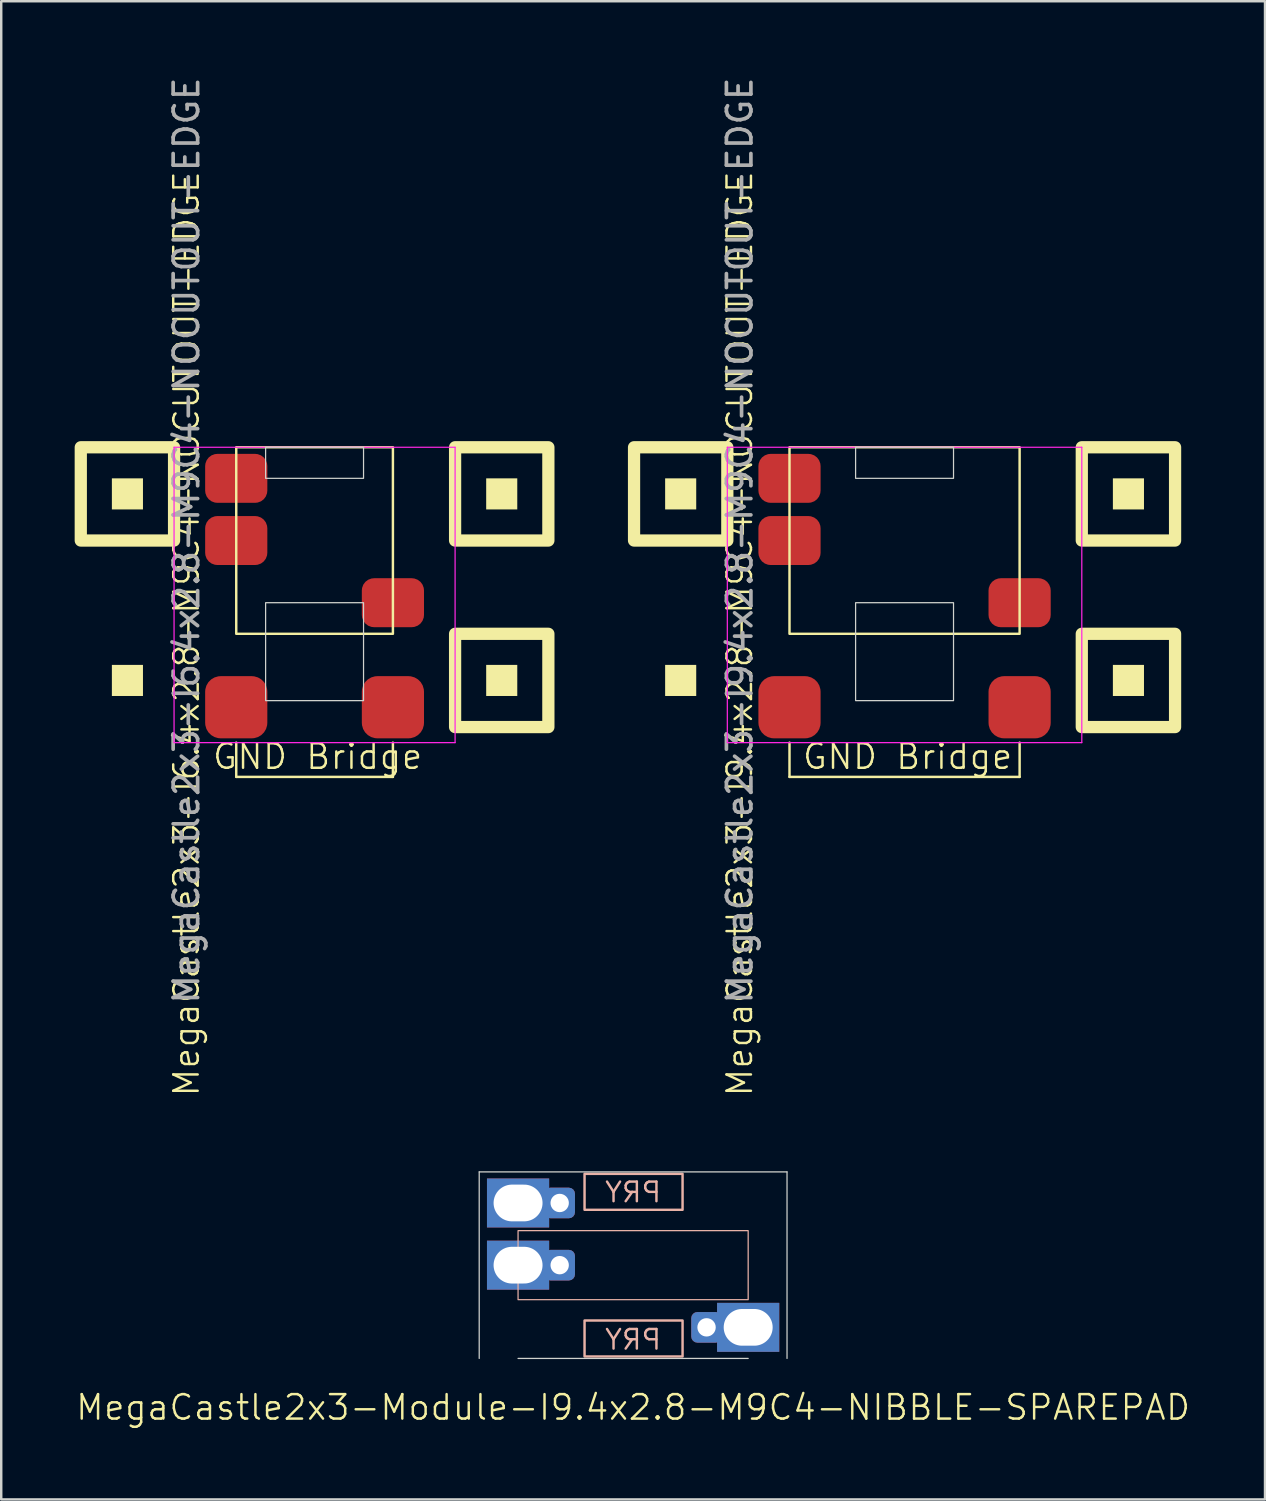
<source format=kicad_pcb>
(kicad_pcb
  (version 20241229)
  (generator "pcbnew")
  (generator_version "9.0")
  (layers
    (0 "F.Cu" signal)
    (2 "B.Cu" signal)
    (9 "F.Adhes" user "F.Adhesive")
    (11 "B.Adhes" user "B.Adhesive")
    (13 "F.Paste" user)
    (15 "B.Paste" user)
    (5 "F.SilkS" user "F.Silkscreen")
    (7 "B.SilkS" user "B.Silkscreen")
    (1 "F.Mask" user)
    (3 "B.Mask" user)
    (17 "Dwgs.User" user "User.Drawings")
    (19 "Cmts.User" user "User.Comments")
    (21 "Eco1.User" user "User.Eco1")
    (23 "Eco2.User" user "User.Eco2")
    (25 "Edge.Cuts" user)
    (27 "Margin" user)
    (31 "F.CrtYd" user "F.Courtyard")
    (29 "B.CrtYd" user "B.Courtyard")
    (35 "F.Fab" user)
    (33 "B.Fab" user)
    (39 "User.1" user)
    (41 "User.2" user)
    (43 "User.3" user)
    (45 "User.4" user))
  (footprint "MegaCastle2x3-Module-I9.4x2.8-M9C4-NIBBLE-SPAREPAD"
    (layer "F.Cu")
    (at 22.812 48.63)
    (property "Reference" "MegaCastle2x3-Module-I9.4x2.8-M9C4-NIBBLE-SPAREPAD" (at 0 5.81 0) (unlocked yes) (layer "F.SilkS") (effects (font (size 1 1) (thickness 0.1))))
    (attr smd)
    (fp_rect (start -4.7 1.41) (end 4.7 -1.41) (stroke (width 0.05) (type default)) (fill no) (layer "B.SilkS"))
    (fp_rect (start -1.984 -2.261) (end 2.02 -3.73) (stroke (width 0.1) (type default)) (fill no) (layer "B.SilkS"))
    (fp_rect (start -1.984 2.261) (end 2.02 3.73) (stroke (width 0.1) (type default)) (fill no) (layer "B.SilkS"))
    (fp_line (start -6.287 -3.81) (end -6.287 3.81) (stroke (width 0.05) (type default)) (layer "Edge.Cuts"))
    (fp_line (start -6.287 -3.81) (end 6.287 -3.81) (stroke (width 0.05) (type default)) (layer "Edge.Cuts"))
    (fp_line (start -4.7 3.81) (end 4.7 3.81) (stroke (width 0.05) (type default)) (layer "Edge.Cuts"))
    (fp_line (start 6.287 -3.81) (end 6.287 3.81) (stroke (width 0.05) (type default)) (layer "Edge.Cuts"))
    (fp_text user "PRY" (at 0 -2.51 0) (unlocked yes) (layer "B.SilkS") (effects (font (size 0.8 0.8) (thickness 0.1)) (justify bottom mirror)))
    (fp_text user "PRY" (at 0 3.51 0) (unlocked yes) (layer "B.SilkS") (effects (font (size 0.8 0.8) (thickness 0.1)) (justify bottom mirror)))
    (pad "1" thru_hole rect (at -4.7 -2.54) (size 2.54 2) (drill oval 2 1.5) (property pad_prop_castellated) (layers "*.Cu" "*.Mask"))
    (pad "1" thru_hole roundrect (at -3 -2.54 180) (size 1.25 1.25) (drill 0.75) (layers "*.Cu" "*.Mask") (roundrect_rratio 0.2))
    (pad "2" thru_hole rect (at -4.7 0) (size 2.54 2) (drill oval 2 1.5) (property pad_prop_castellated) (layers "*.Cu" "*.Mask"))
    (pad "2" thru_hole roundrect (at -3 0 180) (size 1.25 1.25) (drill 0.75) (layers "*.Cu" "*.Mask") (roundrect_rratio 0.2))
    (pad "6" thru_hole roundrect (at 3 2.54 180) (size 1.25 1.25) (drill 0.75) (layers "*.Cu" "*.Mask") (roundrect_rratio 0.2))
    (pad "6" thru_hole rect (at 4.7 2.54) (size 2.54 2) (drill oval 2 1.5) (property pad_prop_castellated) (layers "*.Cu" "*.Mask"))
    (zone (net_name "") (layer "B.Cu") (hatch edge 0.5) (connect_pads) (min_thickness 0.25) (filled_areas_thickness no) (keepout (tracks allowed) (vias allowed) (pads allowed) (copperpour allowed) (footprints not_allowed)) (placement (enabled no)) (fill) (polygon (pts (xy 18.112 52.44) (xy 18.112 44.82))))
    (zone (net_name "") (layer "B.Cu") (hatch edge 0.5) (connect_pads) (min_thickness 0.25) (filled_areas_thickness no) (keepout (tracks allowed) (vias allowed) (pads allowed) (copperpour allowed) (footprints not_allowed)) (placement (enabled no)) (fill) (polygon (pts (xy 27.512 52.44) (xy 27.512 44.82))))
    (zone (net_name "") (layer "B.Cu") (hatch edge 0.5) (connect_pads) (min_thickness 0.25) (filled_areas_thickness no) (keepout (tracks allowed) (vias allowed) (pads allowed) (copperpour allowed) (footprints not_allowed)) (placement (enabled no)) (fill) (polygon (pts (xy 18.112 44.82) (xy 18.112 47.22) (xy 27.512 47.22) (xy 27.512 44.82))))
    (zone (net_name "") (layer "B.Cu") (hatch edge 0.5) (connect_pads) (min_thickness 0.25) (filled_areas_thickness no) (keepout (tracks allowed) (vias allowed) (pads allowed) (copperpour allowed) (footprints not_allowed)) (placement (enabled no)) (fill) (polygon (pts (xy 18.112 52.44) (xy 18.112 50.04) (xy 27.512 50.04) (xy 27.512 52.44))))
    (zone (net_name "") (layer "B.Cu") (name "Upper Pry Zone") (hatch edge 0.5) (connect_pads) (min_thickness 0.25) (filled_areas_thickness no) (keepout (tracks not_allowed) (vias not_allowed) (pads not_allowed) (copperpour allowed) (footprints not_allowed)) (placement (enabled no)) (fill) (polygon (pts (xy 20.828 46.368) (xy 20.828 44.9) (xy 24.831 44.9) (xy 24.831 46.368))))
    (zone (net_name "") (layer "B.Cu") (name "Upper Pry Zone") (hatch edge 0.5) (connect_pads) (min_thickness 0.25) (filled_areas_thickness no) (keepout (tracks not_allowed) (vias not_allowed) (pads not_allowed) (copperpour allowed) (footprints not_allowed)) (placement (enabled no)) (fill) (polygon (pts (xy 20.828 50.891) (xy 20.828 52.36) (xy 24.831 52.36) (xy 24.831 50.891)))))
  (footprint "MegaCastle2x3-I6.4x2.8-M9C4-NOCUTOUT-EDGE"
    (layer "F.Cu")
    (at 9.8 19.03)
    (property "Reference" "MegaCastle2x3-I6.4x2.8-M9C4-NOCUTOUT-EDGE" (at -5.232 3.81 90) (unlocked yes) (layer "F.SilkS") (effects (font (size 1 1) (thickness 0.1))))
    (attr smd)
    (fp_line (start -3.2 8.255) (end -3.2 9.655) (stroke (width 0.1) (type default)) (layer "F.SilkS"))
    (fp_line (start -3.2 9.655) (end 3.2 9.655) (stroke (width 0.1) (type default)) (layer "F.SilkS"))
    (fp_line (start 3.2 8.255) (end 3.2 9.655) (stroke (width 0.1) (type default)) (layer "F.SilkS"))
    (fp_rect (start -7.01 -1.27) (end -8.28 -2.54) (stroke (width 0) (type solid)) (fill yes) (layer "F.SilkS"))
    (fp_rect (start -7.01 6.35) (end -8.28 5.08) (stroke (width 0) (type solid)) (fill yes) (layer "F.SilkS"))
    (fp_rect (start -5.74 0) (end -9.55 -3.81) (stroke (width 0.5) (type default)) (fill no) (layer "F.SilkS"))
    (fp_rect (start -3.2 -3.81) (end 3.2 3.81) (stroke (width 0.1) (type default)) (fill no) (layer "F.SilkS"))
    (fp_rect (start 8.28 -1.27) (end 7.01 -2.54) (stroke (width 0) (type solid)) (fill yes) (layer "F.SilkS"))
    (fp_rect (start 8.28 6.35) (end 7.01 5.08) (stroke (width 0) (type solid)) (fill yes) (layer "F.SilkS"))
    (fp_rect (start 9.55 0) (end 5.74 -3.81) (stroke (width 0.5) (type default)) (fill no) (layer "F.SilkS"))
    (fp_rect (start 9.55 7.62) (end 5.74 3.81) (stroke (width 0.5) (type default)) (fill no) (layer "F.SilkS"))
    (fp_rect (start -2 -2.54) (end 2 -3.81) (stroke (width 0.05) (type default)) (fill no) (layer "Edge.Cuts"))
    (fp_rect (start -2 2.54) (end 2 6.54) (stroke (width 0.05) (type default)) (fill no) (layer "Edge.Cuts"))
    (fp_line (start -5.74 -3.81) (end -5.74 8.255) (stroke (width 0.05) (type default)) (layer "F.CrtYd"))
    (fp_line (start -5.74 8.255) (end 5.74 8.255) (stroke (width 0.05) (type default)) (layer "F.CrtYd"))
    (fp_line (start 5.74 -3.81) (end -5.74 -3.81) (stroke (width 0.05) (type default)) (layer "F.CrtYd"))
    (fp_line (start 5.74 -3.81) (end 5.74 8.255) (stroke (width 0.05) (type default)) (layer "F.CrtYd"))
    (fp_text user "GND Bridge" (at -4.226 9.41 0) (unlocked yes) (layer "F.SilkS") (effects (font (size 1 1) (thickness 0.1)) (justify left bottom)))
    (fp_text user "${REFERENCE}" (at -5.232 0 90) (unlocked yes) (layer "F.Fab") (effects (font (size 1 1) (thickness 0.15))))
    (pad "1" smd roundrect (at -3.2 -2.54) (size 2.54 2) (layers "F.Cu" "F.Mask" "F.Paste") (roundrect_rratio 0.25))
    (pad "2" smd roundrect (at -3.2 0) (size 2.54 2) (layers "F.Cu" "F.Mask" "F.Paste") (roundrect_rratio 0.25))
    (pad "6" smd roundrect (at 3.2 2.54) (size 2.54 2) (layers "F.Cu" "F.Mask" "F.Paste") (roundrect_rratio 0.25))
    (pad "B1" smd roundrect (at -3.2 6.81) (size 2.54 2.54) (layers "F.Cu" "F.Mask" "F.Paste") (roundrect_rratio 0.25))
    (pad "B2" smd roundrect (at 3.2 6.81) (size 2.54 2.54) (layers "F.Cu" "F.Mask" "F.Paste") (roundrect_rratio 0.25)))
  (footprint "MegaCastle2x3-I9.4x2.8-M9C4-NOCUTOUT-EDGE"
    (layer "F.Cu")
    (at 33.9 19.03)
    (property "Reference" "MegaCastle2x3-I9.4x2.8-M9C4-NOCUTOUT-EDGE" (at -6.732 3.81 90) (unlocked yes) (layer "F.SilkS") (effects (font (size 1 1) (thickness 0.1))))
    (attr smd)
    (fp_line (start -4.7 8.255) (end -4.7 9.655) (stroke (width 0.1) (type default)) (layer "F.SilkS"))
    (fp_line (start -4.7 9.655) (end 4.7 9.655) (stroke (width 0.1) (type default)) (layer "F.SilkS"))
    (fp_line (start 4.7 8.255) (end 4.7 9.655) (stroke (width 0.1) (type default)) (layer "F.SilkS"))
    (fp_rect (start -8.51 -1.27) (end -9.78 -2.54) (stroke (width 0) (type solid)) (fill yes) (layer "F.SilkS"))
    (fp_rect (start -8.51 6.35) (end -9.78 5.08) (stroke (width 0) (type solid)) (fill yes) (layer "F.SilkS"))
    (fp_rect (start -7.24 0) (end -11.05 -3.81) (stroke (width 0.5) (type default)) (fill no) (layer "F.SilkS"))
    (fp_rect (start -4.7 -3.81) (end 4.7 3.81) (stroke (width 0.1) (type default)) (fill no) (layer "F.SilkS"))
    (fp_rect (start 9.78 -1.27) (end 8.51 -2.54) (stroke (width 0) (type solid)) (fill yes) (layer "F.SilkS"))
    (fp_rect (start 9.78 6.35) (end 8.51 5.08) (stroke (width 0) (type solid)) (fill yes) (layer "F.SilkS"))
    (fp_rect (start 11.05 0) (end 7.24 -3.81) (stroke (width 0.5) (type default)) (fill no) (layer "F.SilkS"))
    (fp_rect (start 11.05 7.62) (end 7.24 3.81) (stroke (width 0.5) (type default)) (fill no) (layer "F.SilkS"))
    (fp_rect (start -2 -2.54) (end 2 -3.81) (stroke (width 0.05) (type default)) (fill no) (layer "Edge.Cuts"))
    (fp_rect (start -2 2.54) (end 2 6.54) (stroke (width 0.05) (type default)) (fill no) (layer "Edge.Cuts"))
    (fp_line (start -7.24 -3.81) (end -7.24 8.255) (stroke (width 0.05) (type default)) (layer "F.CrtYd"))
    (fp_line (start -7.24 8.255) (end 7.24 8.255) (stroke (width 0.05) (type default)) (layer "F.CrtYd"))
    (fp_line (start 7.24 -3.81) (end -7.24 -3.81) (stroke (width 0.05) (type default)) (layer "F.CrtYd"))
    (fp_line (start 7.24 -3.81) (end 7.24 8.255) (stroke (width 0.05) (type default)) (layer "F.CrtYd"))
    (fp_text user "GND Bridge" (at -4.226 9.41 0) (unlocked yes) (layer "F.SilkS") (effects (font (size 1 1) (thickness 0.1)) (justify left bottom)))
    (fp_text user "${REFERENCE}" (at -6.732 0 90) (unlocked yes) (layer "F.Fab") (effects (font (size 1 1) (thickness 0.15))))
    (pad "1" smd roundrect (at -4.7 -2.54) (size 2.54 2) (layers "F.Cu" "F.Mask" "F.Paste") (roundrect_rratio 0.25))
    (pad "2" smd roundrect (at -4.7 0) (size 2.54 2) (layers "F.Cu" "F.Mask" "F.Paste") (roundrect_rratio 0.25))
    (pad "6" smd roundrect (at 4.7 2.54) (size 2.54 2) (layers "F.Cu" "F.Mask" "F.Paste") (roundrect_rratio 0.25))
    (pad "B1" smd roundrect (at -4.7 6.81) (size 2.54 2.54) (layers "F.Cu" "F.Mask" "F.Paste") (roundrect_rratio 0.25))
    (pad "B2" smd roundrect (at 4.7 6.81) (size 2.54 2.54) (layers "F.Cu" "F.Mask" "F.Paste") (roundrect_rratio 0.25)))
  (gr_rect
    (start -3 -3)
    (end 48.624 58.2)
    (stroke (width 0.1) (type default))
    (fill no)
    (layer "Edge.Cuts")))
</source>
